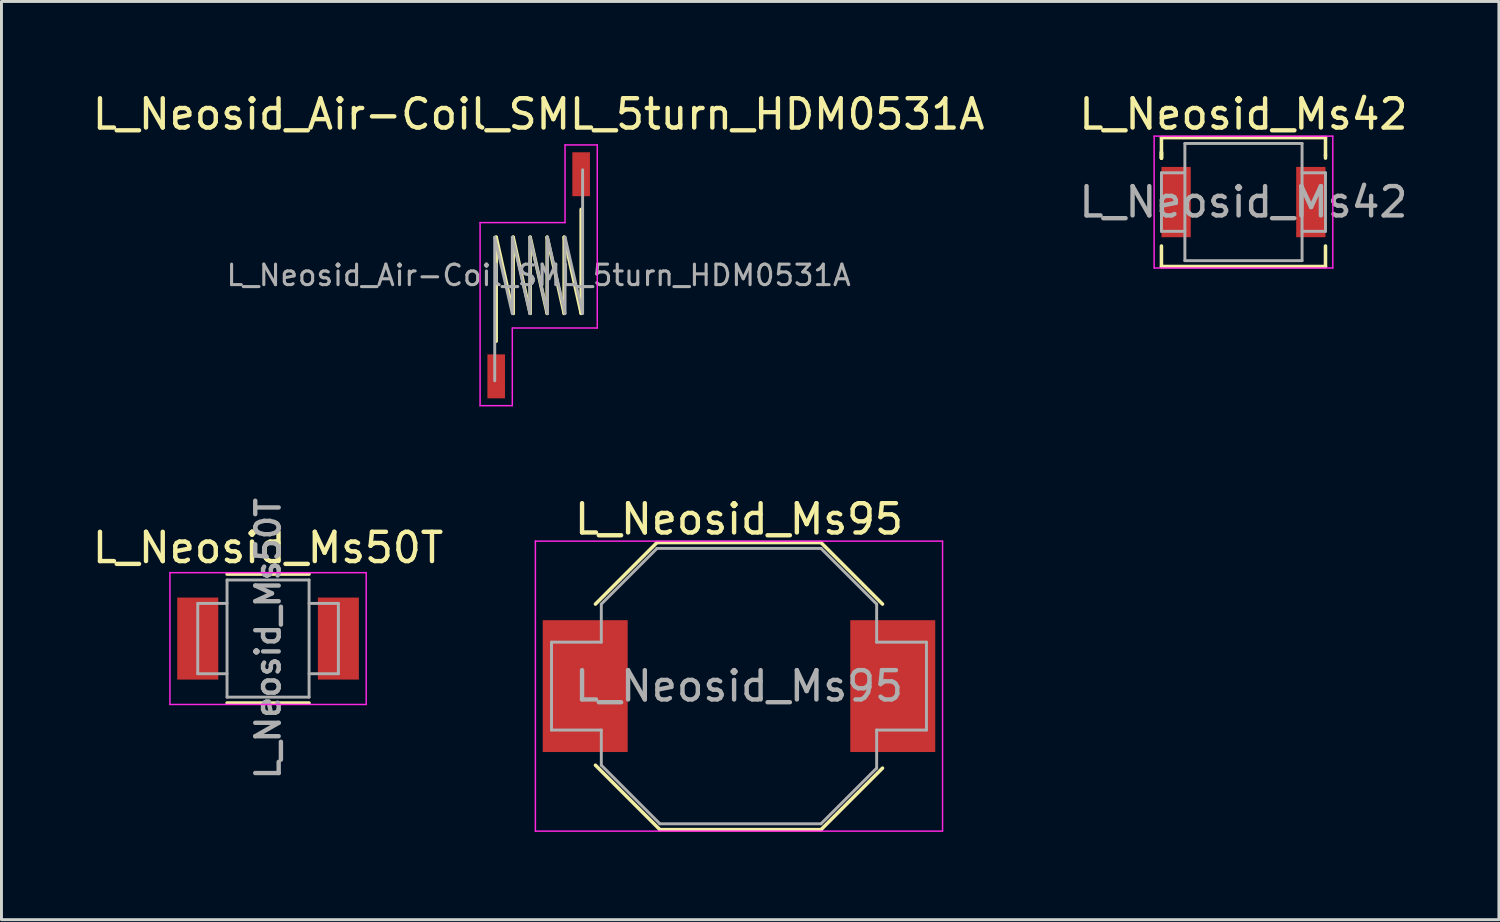
<source format=kicad_pcb>
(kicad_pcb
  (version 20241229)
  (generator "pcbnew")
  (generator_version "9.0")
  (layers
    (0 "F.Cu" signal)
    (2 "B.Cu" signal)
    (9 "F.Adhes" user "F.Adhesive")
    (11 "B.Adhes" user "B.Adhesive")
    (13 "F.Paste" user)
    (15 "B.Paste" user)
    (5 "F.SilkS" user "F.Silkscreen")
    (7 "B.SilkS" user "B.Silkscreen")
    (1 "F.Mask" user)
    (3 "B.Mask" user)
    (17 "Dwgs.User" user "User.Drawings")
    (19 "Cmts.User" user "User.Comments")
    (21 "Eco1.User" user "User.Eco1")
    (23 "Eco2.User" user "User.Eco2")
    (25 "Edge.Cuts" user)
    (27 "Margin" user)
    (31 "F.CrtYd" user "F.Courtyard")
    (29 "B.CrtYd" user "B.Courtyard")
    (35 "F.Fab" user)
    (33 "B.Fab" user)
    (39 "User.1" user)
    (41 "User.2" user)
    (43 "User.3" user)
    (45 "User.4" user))
  (footprint "L_Neosid_Ms50T"
    (layer "F.Cu")
    (at 6.101 18.749)
    (property "Reference" "L_Neosid_Ms50T" (at 0 -3.1 0) (layer "F.SilkS") (effects (font (size 1 1) (thickness 0.15))))
    (attr smd)
    (fp_line (start -1.4 2.2) (end 1.4 2.2) (stroke (width 0.12) (type solid)) (layer "F.SilkS"))
    (fp_line (start 1.4 -2.2) (end -1.4 -2.2) (stroke (width 0.12) (type solid)) (layer "F.SilkS"))
    (fp_line (start -3.35 -2.25) (end -3.35 2.25) (stroke (width 0.05) (type solid)) (layer "F.CrtYd"))
    (fp_line (start -3.35 -2.25) (end 3.35 -2.25) (stroke (width 0.05) (type solid)) (layer "F.CrtYd"))
    (fp_line (start 3.35 2.25) (end -3.35 2.25) (stroke (width 0.05) (type solid)) (layer "F.CrtYd"))
    (fp_line (start 3.35 2.25) (end 3.35 -2.25) (stroke (width 0.05) (type solid)) (layer "F.CrtYd"))
    (fp_line (start -2.4 -1.2) (end -2.4 1.2) (stroke (width 0.1) (type solid)) (layer "F.Fab"))
    (fp_line (start -2.4 -1.2) (end -1.4 -1.2) (stroke (width 0.1) (type solid)) (layer "F.Fab"))
    (fp_line (start -2.4 1.2) (end -1.4 1.2) (stroke (width 0.1) (type solid)) (layer "F.Fab"))
    (fp_line (start -1.4 -2) (end -1.4 2) (stroke (width 0.1) (type solid)) (layer "F.Fab"))
    (fp_line (start -1.4 2) (end 1.4 2) (stroke (width 0.1) (type solid)) (layer "F.Fab"))
    (fp_line (start 1.4 -2) (end -1.4 -2) (stroke (width 0.1) (type solid)) (layer "F.Fab"))
    (fp_line (start 1.4 1.2) (end 2.4 1.2) (stroke (width 0.1) (type solid)) (layer "F.Fab"))
    (fp_line (start 1.4 2) (end 1.4 -2) (stroke (width 0.1) (type solid)) (layer "F.Fab"))
    (fp_line (start 2.4 -1.2) (end 1.4 -1.2) (stroke (width 0.1) (type solid)) (layer "F.Fab"))
    (fp_line (start 2.4 1.2) (end 2.4 -1.2) (stroke (width 0.1) (type solid)) (layer "F.Fab"))
    (fp_text user "${REFERENCE}" (at 0 0 90) (layer "F.Fab") (effects (font (size 0.8 0.8) (thickness 0.15))))
    (pad "1" smd rect (at -2.4 0) (size 1.4 2.8) (layers "F.Cu" "F.Mask" "F.Paste"))
    (pad "2" smd rect (at 2.4 0) (size 1.4 2.8) (layers "F.Cu" "F.Mask" "F.Paste")))
  (footprint "L_Neosid_Ms95"
    (layer "F.Cu")
    (at 22.177 20.372)
    (property "Reference" "L_Neosid_Ms95" (at 0 -5.7 0) (layer "F.SilkS") (effects (font (size 1 1) (thickness 0.15))))
    (attr smd)
    (fp_line (start -4.9 -2.8) (end -2.8 -4.9) (stroke (width 0.12) (type solid)) (layer "F.SilkS"))
    (fp_line (start -2.8 -4.9) (end 2.8 -4.9) (stroke (width 0.12) (type solid)) (layer "F.SilkS"))
    (fp_line (start -2.7 4.9) (end -4.9 2.7) (stroke (width 0.12) (type solid)) (layer "F.SilkS"))
    (fp_line (start -2.7 4.9) (end 2.8 4.9) (stroke (width 0.12) (type solid)) (layer "F.SilkS"))
    (fp_line (start 2.8 -4.9) (end 4.9 -2.8) (stroke (width 0.12) (type solid)) (layer "F.SilkS"))
    (fp_line (start 2.8 4.9) (end 4.9 2.8) (stroke (width 0.12) (type solid)) (layer "F.SilkS"))
    (fp_line (start -6.95 -4.95) (end -6.95 4.95) (stroke (width 0.05) (type solid)) (layer "F.CrtYd"))
    (fp_line (start -6.95 -4.95) (end 6.95 -4.95) (stroke (width 0.05) (type solid)) (layer "F.CrtYd"))
    (fp_line (start 6.95 4.95) (end -6.95 4.95) (stroke (width 0.05) (type solid)) (layer "F.CrtYd"))
    (fp_line (start 6.95 4.95) (end 6.95 -4.95) (stroke (width 0.05) (type solid)) (layer "F.CrtYd"))
    (fp_line (start -6.4 -1.5) (end -6.4 1.5) (stroke (width 0.1) (type solid)) (layer "F.Fab"))
    (fp_line (start -6.4 -1.5) (end -4.7 -1.5) (stroke (width 0.1) (type solid)) (layer "F.Fab"))
    (fp_line (start -6.4 1.5) (end -4.7 1.5) (stroke (width 0.1) (type solid)) (layer "F.Fab"))
    (fp_line (start -4.7 -1.5) (end -4.7 -2.8) (stroke (width 0.1) (type solid)) (layer "F.Fab"))
    (fp_line (start -4.7 1.5) (end -4.7 2.7) (stroke (width 0.1) (type solid)) (layer "F.Fab"))
    (fp_line (start -4.7 2.7) (end -2.7 4.7) (stroke (width 0.1) (type solid)) (layer "F.Fab"))
    (fp_line (start -2.8 -4.7) (end -4.7 -2.8) (stroke (width 0.1) (type solid)) (layer "F.Fab"))
    (fp_line (start 2.8 -4.7) (end -2.8 -4.7) (stroke (width 0.1) (type solid)) (layer "F.Fab"))
    (fp_line (start 2.8 4.7) (end -2.7 4.7) (stroke (width 0.1) (type solid)) (layer "F.Fab"))
    (fp_line (start 4.7 -2.8) (end 2.8 -4.7) (stroke (width 0.1) (type solid)) (layer "F.Fab"))
    (fp_line (start 4.7 -1.5) (end 4.7 -2.8) (stroke (width 0.1) (type solid)) (layer "F.Fab"))
    (fp_line (start 4.7 1.5) (end 6.4 1.5) (stroke (width 0.1) (type solid)) (layer "F.Fab"))
    (fp_line (start 4.7 2.8) (end 2.8 4.7) (stroke (width 0.1) (type solid)) (layer "F.Fab"))
    (fp_line (start 4.7 2.8) (end 4.7 1.5) (stroke (width 0.1) (type solid)) (layer "F.Fab"))
    (fp_line (start 6.4 -1.5) (end 4.7 -1.5) (stroke (width 0.1) (type solid)) (layer "F.Fab"))
    (fp_line (start 6.4 1.5) (end 6.4 -1.5) (stroke (width 0.1) (type solid)) (layer "F.Fab"))
    (fp_text user "${REFERENCE}" (at 0 0 0) (layer "F.Fab") (effects (font (size 1 1) (thickness 0.15))))
    (pad "1" smd rect (at -5.25 0) (size 2.9 4.5) (layers "F.Cu" "F.Mask" "F.Paste"))
    (pad "2" smd rect (at 5.25 0) (size 2.9 4.5) (layers "F.Cu" "F.Mask" "F.Paste")))
  (footprint "L_Neosid_Air-Coil_SML_5turn_HDM0531A"
    (layer "F.Cu")
    (at 15.339 6.348)
    (property "Reference" "L_Neosid_Air-Coil_SML_5turn_HDM0531A" (at 0 -5.5 0) (layer "F.SilkS") (effects (font (size 1 1) (thickness 0.15))))
    (attr smd)
    (fp_line (start -1.45 -1.3) (end -1.45 2.25) (stroke (width 0.12) (type solid)) (layer "F.SilkS"))
    (fp_line (start -1.45 -1.3) (end -0.87 1.3) (stroke (width 0.12) (type solid)) (layer "F.SilkS"))
    (fp_line (start -0.87 -1.3) (end -0.87 1.3) (stroke (width 0.12) (type solid)) (layer "F.SilkS"))
    (fp_line (start -0.87 -1.3) (end -0.29 1.3) (stroke (width 0.12) (type solid)) (layer "F.SilkS"))
    (fp_line (start -0.29 -1.3) (end -0.29 1.3) (stroke (width 0.12) (type solid)) (layer "F.SilkS"))
    (fp_line (start -0.29 -1.3) (end 0.29 1.3) (stroke (width 0.12) (type solid)) (layer "F.SilkS"))
    (fp_line (start 0.29 -1.3) (end 0.29 1.3) (stroke (width 0.12) (type solid)) (layer "F.SilkS"))
    (fp_line (start 0.29 -1.3) (end 0.87 1.3) (stroke (width 0.12) (type solid)) (layer "F.SilkS"))
    (fp_line (start 0.87 -1.3) (end 0.87 1.3) (stroke (width 0.12) (type solid)) (layer "F.SilkS"))
    (fp_line (start 0.87 -1.3) (end 1.45 1.3) (stroke (width 0.12) (type solid)) (layer "F.SilkS"))
    (fp_line (start 1.45 1.3) (end 1.45 -2.25) (stroke (width 0.12) (type solid)) (layer "F.SilkS"))
    (fp_line (start -2 -1.8) (end -2 4.45) (stroke (width 0.05) (type solid)) (layer "F.CrtYd"))
    (fp_line (start -2 4.45) (end -0.9 4.45) (stroke (width 0.05) (type solid)) (layer "F.CrtYd"))
    (fp_line (start -0.9 1.8) (end 2 1.8) (stroke (width 0.05) (type solid)) (layer "F.CrtYd"))
    (fp_line (start -0.9 4.45) (end -0.9 1.8) (stroke (width 0.05) (type solid)) (layer "F.CrtYd"))
    (fp_line (start 0.9 -4.45) (end 0.9 -1.8) (stroke (width 0.05) (type solid)) (layer "F.CrtYd"))
    (fp_line (start 0.9 -1.8) (end -2 -1.8) (stroke (width 0.05) (type solid)) (layer "F.CrtYd"))
    (fp_line (start 2 -4.45) (end 0.9 -4.45) (stroke (width 0.05) (type solid)) (layer "F.CrtYd"))
    (fp_line (start 2 1.8) (end 2 -4.45) (stroke (width 0.05) (type solid)) (layer "F.CrtYd"))
    (fp_line (start -1.5 -1.3) (end -0.9 1.3) (stroke (width 0.1) (type solid)) (layer "F.Fab"))
    (fp_line (start -1.5 3.6) (end -1.5 -1.3) (stroke (width 0.1) (type solid)) (layer "F.Fab"))
    (fp_line (start -0.9 -1.3) (end -0.3 1.3) (stroke (width 0.1) (type solid)) (layer "F.Fab"))
    (fp_line (start -0.9 1.3) (end -0.9 -1.3) (stroke (width 0.1) (type solid)) (layer "F.Fab"))
    (fp_line (start -0.3 -1.3) (end 0.3 1.3) (stroke (width 0.1) (type solid)) (layer "F.Fab"))
    (fp_line (start -0.3 1.3) (end -0.3 -1.3) (stroke (width 0.1) (type solid)) (layer "F.Fab"))
    (fp_line (start 0.3 -1.3) (end 0.9 1.3) (stroke (width 0.1) (type solid)) (layer "F.Fab"))
    (fp_line (start 0.3 1.3) (end 0.3 -1.3) (stroke (width 0.1) (type solid)) (layer "F.Fab"))
    (fp_line (start 0.9 -1.3) (end 1.5 1.3) (stroke (width 0.1) (type solid)) (layer "F.Fab"))
    (fp_line (start 0.9 1.3) (end 0.9 -1.3) (stroke (width 0.1) (type solid)) (layer "F.Fab"))
    (fp_line (start 1.5 1.3) (end 1.5 -3.6) (stroke (width 0.1) (type solid)) (layer "F.Fab"))
    (fp_text user "${REFERENCE}" (at 0 0 0) (layer "F.Fab") (effects (font (size 0.7 0.7) (thickness 0.105))))
    (pad "1" smd rect (at -1.45 3.45) (size 0.6 1.5) (layers "F.Cu" "F.Mask" "F.Paste"))
    (pad "2" smd rect (at 1.45 -3.45) (size 0.6 1.5) (layers "F.Cu" "F.Mask" "F.Paste")))
  (footprint "L_Neosid_Ms42"
    (layer "F.Cu")
    (at 39.399 3.848)
    (property "Reference" "L_Neosid_Ms42" (at 0 -3 0) (layer "F.SilkS") (effects (font (size 1 1) (thickness 0.15))))
    (attr smd)
    (fp_line (start -2.8 -2.2) (end -2.8 -1.5) (stroke (width 0.12) (type solid)) (layer "F.SilkS"))
    (fp_line (start -2.8 -1.7) (end -2.8 -1.5) (stroke (width 0.12) (type solid)) (layer "F.SilkS"))
    (fp_line (start -2.8 -1.5) (end -2.8 -1.7) (stroke (width 0.12) (type solid)) (layer "F.SilkS"))
    (fp_line (start -2.8 2.2) (end -2.8 1.5) (stroke (width 0.12) (type solid)) (layer "F.SilkS"))
    (fp_line (start 2.8 -2.2) (end -2.8 -2.2) (stroke (width 0.12) (type solid)) (layer "F.SilkS"))
    (fp_line (start 2.8 -2.2) (end 2.8 -1.6) (stroke (width 0.12) (type solid)) (layer "F.SilkS"))
    (fp_line (start 2.8 -1.6) (end 2.8 -1.5) (stroke (width 0.12) (type solid)) (layer "F.SilkS"))
    (fp_line (start 2.8 1.5) (end 2.8 2.2) (stroke (width 0.12) (type solid)) (layer "F.SilkS"))
    (fp_line (start 2.8 2.2) (end -2.8 2.2) (stroke (width 0.12) (type solid)) (layer "F.SilkS"))
    (fp_line (start -3.05 -2.25) (end -3.05 2.25) (stroke (width 0.05) (type solid)) (layer "F.CrtYd"))
    (fp_line (start -3.05 -2.25) (end 3.05 -2.25) (stroke (width 0.05) (type solid)) (layer "F.CrtYd"))
    (fp_line (start 3.05 2.25) (end -3.05 2.25) (stroke (width 0.05) (type solid)) (layer "F.CrtYd"))
    (fp_line (start 3.05 2.25) (end 3.05 -2.25) (stroke (width 0.05) (type solid)) (layer "F.CrtYd"))
    (fp_line (start -2.8 -1) (end -2 -1) (stroke (width 0.1) (type solid)) (layer "F.Fab"))
    (fp_line (start -2.8 1) (end -2.8 -1) (stroke (width 0.1) (type solid)) (layer "F.Fab"))
    (fp_line (start -2 -2) (end 2 -2) (stroke (width 0.1) (type solid)) (layer "F.Fab"))
    (fp_line (start -2 1) (end -2.8 1) (stroke (width 0.1) (type solid)) (layer "F.Fab"))
    (fp_line (start -2 2) (end -2 -2) (stroke (width 0.1) (type solid)) (layer "F.Fab"))
    (fp_line (start 2 -2) (end 2 2) (stroke (width 0.1) (type solid)) (layer "F.Fab"))
    (fp_line (start 2 -1) (end 2.8 -1) (stroke (width 0.1) (type solid)) (layer "F.Fab"))
    (fp_line (start 2 2) (end -2 2) (stroke (width 0.1) (type solid)) (layer "F.Fab"))
    (fp_line (start 2.8 -1) (end 2.8 1) (stroke (width 0.1) (type solid)) (layer "F.Fab"))
    (fp_line (start 2.8 1) (end 2 1) (stroke (width 0.1) (type solid)) (layer "F.Fab"))
    (fp_text user "${REFERENCE}" (at 0 0 0) (layer "F.Fab") (effects (font (size 1 1) (thickness 0.15))))
    (pad "1" smd rect (at -2.3 0) (size 1 2.4) (layers "F.Cu" "F.Mask" "F.Paste"))
    (pad "2" smd rect (at 2.3 0) (size 1 2.4) (layers "F.Cu" "F.Mask" "F.Paste")))
  (gr_rect
    (start -3 -3)
    (end 48.119 28.346)
    (stroke (width 0.1) (type default))
    (fill no)
    (layer "Edge.Cuts")))
</source>
